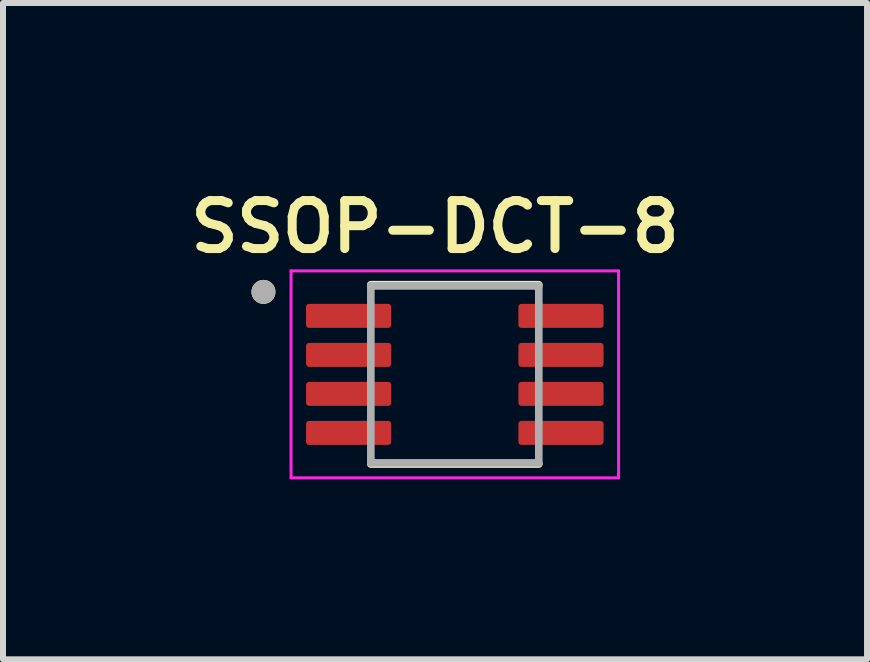
<source format=kicad_pcb>
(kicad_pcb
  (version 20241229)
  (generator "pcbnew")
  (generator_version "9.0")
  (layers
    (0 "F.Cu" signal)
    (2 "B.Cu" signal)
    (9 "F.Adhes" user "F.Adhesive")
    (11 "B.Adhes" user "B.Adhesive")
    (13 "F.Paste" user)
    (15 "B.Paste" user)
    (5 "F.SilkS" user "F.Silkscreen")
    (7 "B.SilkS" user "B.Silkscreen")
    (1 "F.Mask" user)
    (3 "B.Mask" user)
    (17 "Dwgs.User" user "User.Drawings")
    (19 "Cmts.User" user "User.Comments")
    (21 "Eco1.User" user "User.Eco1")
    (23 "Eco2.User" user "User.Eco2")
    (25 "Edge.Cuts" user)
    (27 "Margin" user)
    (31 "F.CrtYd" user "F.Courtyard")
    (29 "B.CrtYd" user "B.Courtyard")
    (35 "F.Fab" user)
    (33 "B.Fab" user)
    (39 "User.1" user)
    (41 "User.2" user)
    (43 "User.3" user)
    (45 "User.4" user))
  (footprint "SSOP-DCT-8"
    (layer "F.Cu")
    (at 4.532 3.191)
    (property "Reference" "SSOP-DCT-8" (at -0.33 -2.46 0) (layer "F.SilkS") (effects (font (size 0.8 0.8) (thickness 0.15))))
    (attr smd)
    (fp_line (start -1.4 -1.495) (end 1.4 -1.495) (stroke (width 0.127) (type solid)) (layer "F.SilkS"))
    (fp_line (start -1.4 1.495) (end 1.4 1.495) (stroke (width 0.127) (type solid)) (layer "F.SilkS"))
    (fp_circle (center -3.19 -1.375) (end -3.09 -1.375) (stroke (width 0.2) (type solid)) (fill no) (layer "F.SilkS"))
    (fp_line (start -2.73 -1.725) (end -2.73 1.725) (stroke (width 0.05) (type solid)) (layer "F.CrtYd"))
    (fp_line (start -2.73 -1.725) (end 2.73 -1.725) (stroke (width 0.05) (type solid)) (layer "F.CrtYd"))
    (fp_line (start -2.73 1.725) (end 2.73 1.725) (stroke (width 0.05) (type solid)) (layer "F.CrtYd"))
    (fp_line (start 2.73 -1.725) (end 2.73 1.725) (stroke (width 0.05) (type solid)) (layer "F.CrtYd"))
    (fp_line (start -1.4 -1.475) (end -1.4 1.475) (stroke (width 0.127) (type solid)) (layer "F.Fab"))
    (fp_line (start -1.4 -1.475) (end 1.4 -1.475) (stroke (width 0.127) (type solid)) (layer "F.Fab"))
    (fp_line (start -1.4 1.475) (end 1.4 1.475) (stroke (width 0.127) (type solid)) (layer "F.Fab"))
    (fp_line (start 1.4 -1.475) (end 1.4 1.475) (stroke (width 0.127) (type solid)) (layer "F.Fab"))
    (fp_circle (center -3.19 -1.375) (end -3.09 -1.375) (stroke (width 0.2) (type solid)) (fill no) (layer "F.Fab"))
    (pad "1" smd roundrect (at -1.77 -0.975) (size 1.42 0.4) (layers "F.Cu" "F.Mask" "F.Paste") (roundrect_rratio 0.125))
    (pad "2" smd roundrect (at -1.77 -0.325) (size 1.42 0.4) (layers "F.Cu" "F.Mask" "F.Paste") (roundrect_rratio 0.125))
    (pad "3" smd roundrect (at -1.77 0.325) (size 1.42 0.4) (layers "F.Cu" "F.Mask" "F.Paste") (roundrect_rratio 0.125))
    (pad "4" smd roundrect (at -1.77 0.975) (size 1.42 0.4) (layers "F.Cu" "F.Mask" "F.Paste") (roundrect_rratio 0.125))
    (pad "5" smd roundrect (at 1.77 0.975) (size 1.42 0.4) (layers "F.Cu" "F.Mask" "F.Paste") (roundrect_rratio 0.125))
    (pad "6" smd roundrect (at 1.77 0.325) (size 1.42 0.4) (layers "F.Cu" "F.Mask" "F.Paste") (roundrect_rratio 0.125))
    (pad "7" smd roundrect (at 1.77 -0.325) (size 1.42 0.4) (layers "F.Cu" "F.Mask" "F.Paste") (roundrect_rratio 0.125))
    (pad "8" smd roundrect (at 1.77 -0.975) (size 1.42 0.4) (layers "F.Cu" "F.Mask" "F.Paste") (roundrect_rratio 0.125)))
  (gr_rect
    (start -3 -3)
    (end 11.404 7.941)
    (stroke (width 0.1) (type default))
    (fill no)
    (layer "Edge.Cuts")))
</source>
